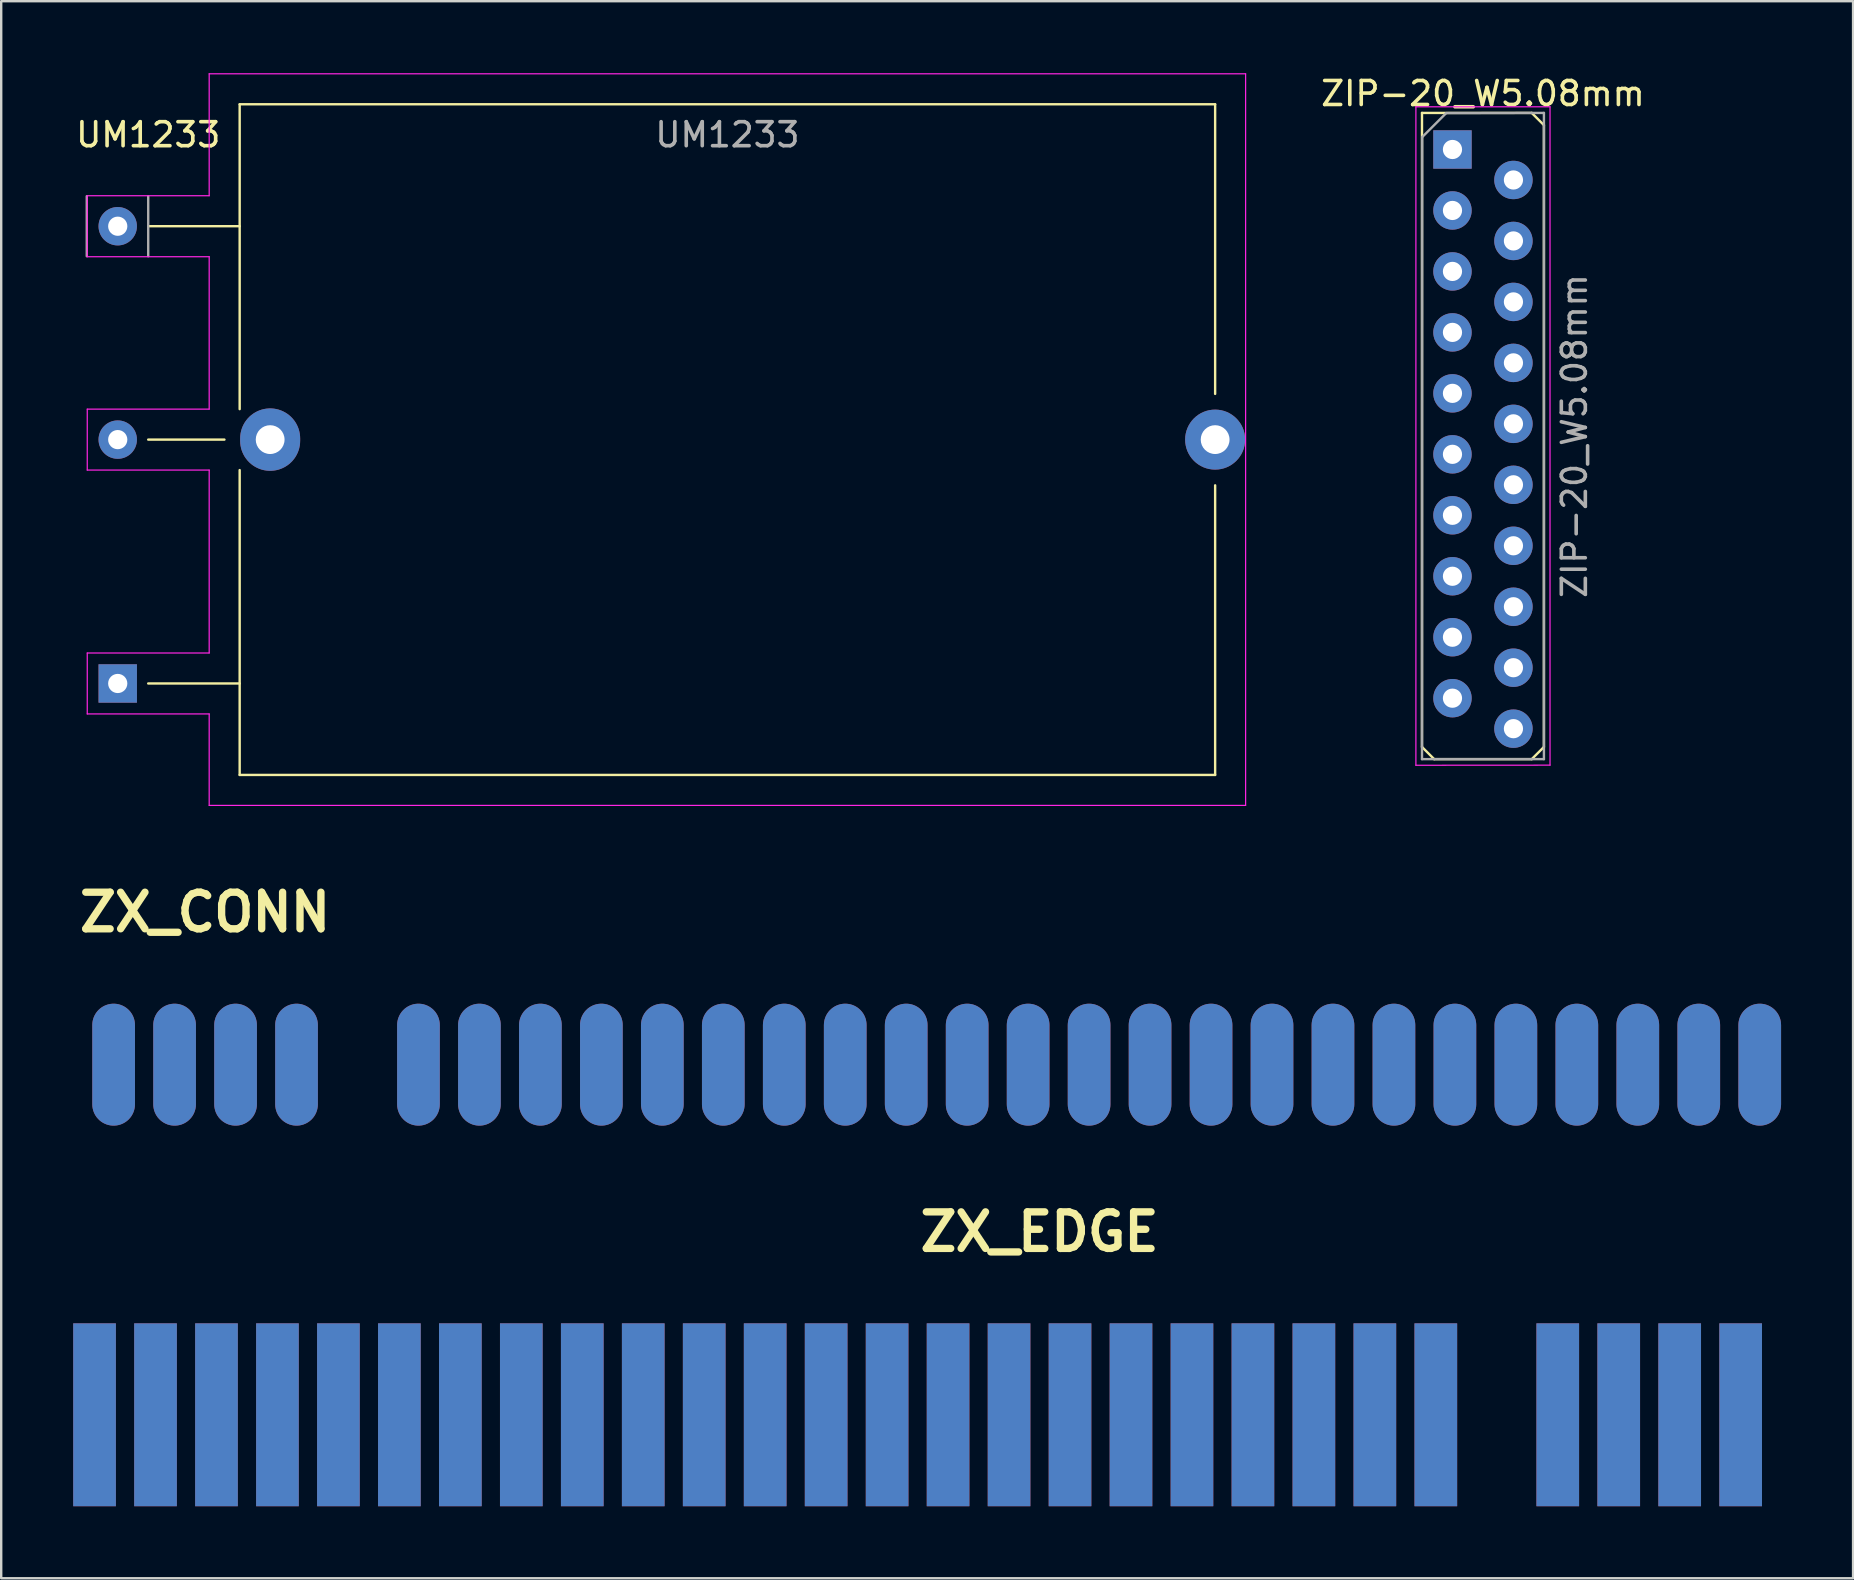
<source format=kicad_pcb>
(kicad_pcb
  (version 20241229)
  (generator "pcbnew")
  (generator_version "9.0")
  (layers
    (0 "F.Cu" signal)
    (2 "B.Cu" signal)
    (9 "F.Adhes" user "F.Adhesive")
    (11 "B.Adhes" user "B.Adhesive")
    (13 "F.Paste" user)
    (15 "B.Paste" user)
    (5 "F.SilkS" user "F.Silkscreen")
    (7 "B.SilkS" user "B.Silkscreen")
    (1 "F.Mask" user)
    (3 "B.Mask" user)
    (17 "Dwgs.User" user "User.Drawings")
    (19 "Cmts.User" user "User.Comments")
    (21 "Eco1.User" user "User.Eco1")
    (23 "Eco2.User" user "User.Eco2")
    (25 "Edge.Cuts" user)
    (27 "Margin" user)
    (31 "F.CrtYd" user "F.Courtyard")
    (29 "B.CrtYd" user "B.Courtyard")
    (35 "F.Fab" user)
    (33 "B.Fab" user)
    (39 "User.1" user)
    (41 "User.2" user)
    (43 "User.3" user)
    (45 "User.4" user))
  (footprint "ZX_CONN"
    (layer "F.Cu")
    (at 27.084 41.306)
    (property "Reference" "ZX_CONN" (at -21.59 -6.35 0) (layer "F.SilkS") (effects (font (size 1.524 1.524) (thickness 0.305))))
    (attr through_hole)
    (pad "A1" connect oval (at -25.4 0) (size 1.778 5.08) (layers "B.Cu" "B.Mask"))
    (pad "A2" connect oval (at -22.86 0) (size 1.778 5.08) (layers "B.Cu" "B.Mask"))
    (pad "A3" connect oval (at -20.32 0) (size 1.778 5.08) (layers "B.Cu" "B.Mask"))
    (pad "A4" connect oval (at -17.78 0) (size 1.778 5.08) (layers "B.Cu" "B.Mask"))
    (pad "A6" connect oval (at -12.7 0) (size 1.778 5.08) (layers "B.Cu" "B.Mask"))
    (pad "A7" connect oval (at -10.16 0) (size 1.778 5.08) (layers "B.Cu" "B.Mask"))
    (pad "A8" connect oval (at -7.62 0) (size 1.778 5.08) (layers "B.Cu" "B.Mask"))
    (pad "A9" connect oval (at -5.08 0) (size 1.778 5.08) (layers "B.Cu" "B.Mask"))
    (pad "A10" connect oval (at -2.54 0) (size 1.778 5.08) (layers "B.Cu" "B.Mask"))
    (pad "A11" connect oval (at 0 0) (size 1.778 5.08) (layers "B.Cu" "B.Mask"))
    (pad "A12" connect oval (at 2.54 0) (size 1.778 5.08) (layers "B.Cu" "B.Mask"))
    (pad "A13" connect oval (at 5.08 0) (size 1.778 5.08) (layers "B.Cu" "B.Mask"))
    (pad "A14" connect oval (at 7.62 0) (size 1.778 5.08) (layers "B.Cu" "B.Mask"))
    (pad "A15" connect oval (at 10.16 0) (size 1.778 5.08) (layers "B.Cu" "B.Mask"))
    (pad "A16" connect oval (at 12.7 0) (size 1.778 5.08) (layers "B.Cu" "B.Mask"))
    (pad "A17" connect oval (at 15.24 0) (size 1.778 5.08) (layers "B.Cu" "B.Mask"))
    (pad "A18" connect oval (at 17.78 0) (size 1.778 5.08) (layers "B.Cu" "B.Mask"))
    (pad "A19" connect oval (at 20.32 0) (size 1.778 5.08) (layers "B.Cu" "B.Mask"))
    (pad "A20" connect oval (at 22.86 0) (size 1.778 5.08) (layers "B.Cu" "B.Mask"))
    (pad "A21" connect oval (at 25.4 0) (size 1.778 5.08) (layers "B.Cu" "B.Mask"))
    (pad "A22" connect oval (at 27.94 0) (size 1.778 5.08) (layers "B.Cu" "B.Mask"))
    (pad "A23" connect oval (at 30.48 0) (size 1.778 5.08) (layers "B.Cu" "B.Mask"))
    (pad "A24" connect oval (at 33.02 0) (size 1.778 5.08) (layers "B.Cu" "B.Mask"))
    (pad "A25" connect oval (at 35.56 0) (size 1.778 5.08) (layers "B.Cu" "B.Mask"))
    (pad "A26" connect oval (at 38.1 0) (size 1.778 5.08) (layers "B.Cu" "B.Mask"))
    (pad "A27" connect oval (at 40.64 0) (size 1.778 5.08) (layers "B.Cu" "B.Mask"))
    (pad "A28" connect oval (at 43.18 0) (size 1.778 5.08) (layers "B.Cu" "B.Mask"))
    (pad "B1" connect oval (at -25.4 0) (size 1.778 5.08) (layers "F.Cu" "F.Mask"))
    (pad "B2" connect oval (at -22.86 0) (size 1.778 5.08) (layers "F.Cu" "F.Mask"))
    (pad "B3" connect oval (at -20.32 0) (size 1.778 5.08) (layers "F.Cu" "F.Mask"))
    (pad "B4" connect oval (at -17.78 0) (size 1.778 5.08) (layers "F.Cu" "F.Mask"))
    (pad "B6" connect oval (at -12.7 0) (size 1.778 5.08) (layers "F.Cu" "F.Mask"))
    (pad "B7" connect oval (at -10.16 0) (size 1.778 5.08) (layers "F.Cu" "F.Mask"))
    (pad "B8" connect oval (at -7.62 0) (size 1.778 5.08) (layers "F.Cu" "F.Mask"))
    (pad "B9" connect oval (at -5.08 0) (size 1.778 5.08) (layers "F.Cu" "F.Mask"))
    (pad "B10" connect oval (at -2.54 0) (size 1.778 5.08) (layers "F.Cu" "F.Mask"))
    (pad "B11" connect oval (at 0 0) (size 1.778 5.08) (layers "F.Cu" "F.Mask"))
    (pad "B12" connect oval (at 2.54 0) (size 1.778 5.08) (layers "F.Cu" "F.Mask"))
    (pad "B13" connect oval (at 5.08 0) (size 1.778 5.08) (layers "F.Cu" "F.Mask"))
    (pad "B14" connect oval (at 7.62 0) (size 1.778 5.08) (layers "F.Cu" "F.Mask"))
    (pad "B15" connect oval (at 10.16 0) (size 1.778 5.08) (layers "F.Cu" "F.Mask"))
    (pad "B16" connect oval (at 12.7 0) (size 1.778 5.08) (layers "F.Cu" "F.Mask"))
    (pad "B17" connect oval (at 15.24 0) (size 1.778 5.08) (layers "F.Cu" "F.Mask"))
    (pad "B18" connect oval (at 17.78 0) (size 1.778 5.08) (layers "F.Cu" "F.Mask"))
    (pad "B19" connect oval (at 20.32 0) (size 1.778 5.08) (layers "F.Cu" "F.Mask"))
    (pad "B20" connect oval (at 22.86 0) (size 1.778 5.08) (layers "F.Cu" "F.Mask"))
    (pad "B21" connect oval (at 25.4 0) (size 1.778 5.08) (layers "F.Cu" "F.Mask"))
    (pad "B22" connect oval (at 27.94 0) (size 1.778 5.08) (layers "F.Cu" "F.Mask"))
    (pad "B23" connect oval (at 30.48 0) (size 1.778 5.08) (layers "F.Cu" "F.Mask"))
    (pad "B24" connect oval (at 33.02 0) (size 1.778 5.08) (layers "F.Cu" "F.Mask"))
    (pad "B25" connect oval (at 35.56 0) (size 1.778 5.08) (layers "F.Cu" "F.Mask"))
    (pad "B26" connect oval (at 38.1 0) (size 1.778 5.08) (layers "F.Cu" "F.Mask"))
    (pad "B27" connect oval (at 40.64 0) (size 1.778 5.08) (layers "F.Cu" "F.Mask"))
    (pad "B28" connect oval (at 43.18 0) (size 1.778 5.08) (layers "F.Cu" "F.Mask")))
  (footprint "UM1233"
    (layer "F.Cu")
    (at 1.855 6.375)
    (property "Reference" "UM1233" (at 1.27 -3.81 0) (layer "F.SilkS") (effects (font (size 1 1) (thickness 0.15))))
    (attr through_hole)
    (fp_line (start 1.27 0) (end 5.08 0) (stroke (width 0.1) (type default)) (layer "F.SilkS"))
    (fp_line (start 1.27 8.89) (end 4.445 8.89) (stroke (width 0.1) (type default)) (layer "F.SilkS"))
    (fp_line (start 1.27 19.05) (end 5.08 19.05) (stroke (width 0.1) (type default)) (layer "F.SilkS"))
    (fp_line (start 5.08 -5.08) (end 5.08 7.62) (stroke (width 0.1) (type default)) (layer "F.SilkS"))
    (fp_line (start 5.08 22.86) (end 5.08 10.16) (stroke (width 0.1) (type default)) (layer "F.SilkS"))
    (fp_line (start 45.72 -5.08) (end 5.08 -5.08) (stroke (width 0.1) (type default)) (layer "F.SilkS"))
    (fp_line (start 45.72 -5.08) (end 45.72 6.985) (stroke (width 0.1) (type default)) (layer "F.SilkS"))
    (fp_line (start 45.72 22.86) (end 5.08 22.86) (stroke (width 0.1) (type default)) (layer "F.SilkS"))
    (fp_line (start 45.72 22.86) (end 45.72 10.795) (stroke (width 0.1) (type default)) (layer "F.SilkS"))
    (fp_line (start -1.27 -1.27) (end -1.27 1.27) (stroke (width 0.05) (type default)) (layer "F.CrtYd"))
    (fp_line (start -1.27 1.27) (end 3.81 1.27) (stroke (width 0.05) (type default)) (layer "F.CrtYd"))
    (fp_line (start -1.27 7.62) (end -1.27 10.16) (stroke (width 0.05) (type default)) (layer "F.CrtYd"))
    (fp_line (start -1.27 10.16) (end 3.81 10.16) (stroke (width 0.05) (type default)) (layer "F.CrtYd"))
    (fp_line (start -1.27 17.78) (end -1.27 20.32) (stroke (width 0.05) (type default)) (layer "F.CrtYd"))
    (fp_line (start -1.27 20.32) (end 3.81 20.32) (stroke (width 0.05) (type default)) (layer "F.CrtYd"))
    (fp_line (start 3.81 -6.35) (end 3.81 -1.27) (stroke (width 0.05) (type solid)) (layer "F.CrtYd"))
    (fp_line (start 3.81 -1.27) (end -1.27 -1.27) (stroke (width 0.05) (type default)) (layer "F.CrtYd"))
    (fp_line (start 3.81 1.27) (end 3.81 7.62) (stroke (width 0.05) (type default)) (layer "F.CrtYd"))
    (fp_line (start 3.81 7.62) (end -1.27 7.62) (stroke (width 0.05) (type default)) (layer "F.CrtYd"))
    (fp_line (start 3.81 10.16) (end 3.81 17.78) (stroke (width 0.05) (type default)) (layer "F.CrtYd"))
    (fp_line (start 3.81 17.78) (end -1.27 17.78) (stroke (width 0.05) (type default)) (layer "F.CrtYd"))
    (fp_line (start 3.81 20.32) (end 3.81 24.13) (stroke (width 0.05) (type default)) (layer "F.CrtYd"))
    (fp_line (start 3.81 24.13) (end 46.99 24.13) (stroke (width 0.05) (type solid)) (layer "F.CrtYd"))
    (fp_line (start 46.99 -6.35) (end 3.81 -6.35) (stroke (width 0.05) (type solid)) (layer "F.CrtYd"))
    (fp_line (start 46.99 24.13) (end 46.99 -6.35) (stroke (width 0.05) (type solid)) (layer "F.CrtYd"))
    (fp_line (start -1.29 -1.25) (end -1.29 1.25) (stroke (width 0.1) (type solid)) (layer "F.Fab"))
    (fp_line (start 1.27 -1.25) (end 1.27 1.25) (stroke (width 0.1) (type solid)) (layer "F.Fab"))
    (fp_text user "${REFERENCE}" (at 25.4 -3.81 0) (layer "F.Fab") (effects (font (size 1 1) (thickness 0.15))))
    (pad "1" thru_hole rect (at 0 19.05) (size 1.6 1.6) (drill 0.8) (layers "*.Cu" "*.Mask"))
    (pad "2" thru_hole oval (at 0 0) (size 1.6 1.6) (drill 0.8) (layers "*.Cu" "*.Mask"))
    (pad "3" thru_hole oval (at 6.35 8.89) (size 2.5 2.6) (drill 1.2) (layers "*.Cu" "*.Mask"))
    (pad "3" thru_hole oval (at 45.72 8.89) (size 2.5 2.5) (drill 1.2) (layers "*.Cu" "*.Mask"))
    (pad "4" thru_hole oval (at 0 8.89) (size 1.6 1.6) (drill 0.8) (layers "*.Cu" "*.Mask")))
  (footprint "ZX_EDGE"
    (layer "F.Cu")
    (at 40.259 53.353)
    (property "Reference" "ZX_EDGE" (at 0 -5.08 0) (layer "F.SilkS") (effects (font (size 1.524 1.524) (thickness 0.305))))
    (attr through_hole)
    (pad "A1" connect rect (at 29.21 2.54) (size 1.778 7.62) (layers "B.Cu" "B.Mask"))
    (pad "A2" connect rect (at 26.67 2.54) (size 1.778 7.62) (layers "B.Cu" "B.Mask"))
    (pad "A3" connect rect (at 24.13 2.54) (size 1.778 7.62) (layers "B.Cu" "B.Mask"))
    (pad "A4" connect rect (at 21.59 2.54) (size 1.778 7.62) (layers "B.Cu" "B.Mask"))
    (pad "A6" connect rect (at 16.51 2.54) (size 1.778 7.62) (layers "B.Cu" "B.Mask"))
    (pad "A7" connect rect (at 13.97 2.54) (size 1.778 7.62) (layers "B.Cu" "B.Mask"))
    (pad "A8" connect rect (at 11.43 2.54) (size 1.778 7.62) (layers "B.Cu" "B.Mask"))
    (pad "A9" connect rect (at 8.89 2.54) (size 1.778 7.62) (layers "B.Cu" "B.Mask"))
    (pad "A10" connect rect (at 6.35 2.54) (size 1.778 7.62) (layers "B.Cu" "B.Mask"))
    (pad "A11" connect rect (at 3.81 2.54) (size 1.778 7.62) (layers "B.Cu" "B.Mask"))
    (pad "A12" connect rect (at 1.27 2.54) (size 1.778 7.62) (layers "B.Cu" "B.Mask"))
    (pad "A13" connect rect (at -1.27 2.54) (size 1.778 7.62) (layers "B.Cu" "B.Mask"))
    (pad "A14" connect rect (at -3.81 2.54) (size 1.778 7.62) (layers "B.Cu" "B.Mask"))
    (pad "A15" connect rect (at -6.35 2.54) (size 1.778 7.62) (layers "B.Cu" "B.Mask"))
    (pad "A16" connect rect (at -8.89 2.54) (size 1.778 7.62) (layers "B.Cu" "B.Mask"))
    (pad "A17" connect rect (at -11.43 2.54) (size 1.778 7.62) (layers "B.Cu" "B.Mask"))
    (pad "A18" connect rect (at -13.97 2.54) (size 1.778 7.62) (layers "B.Cu" "B.Mask"))
    (pad "A19" connect rect (at -16.51 2.54) (size 1.778 7.62) (layers "B.Cu" "B.Mask"))
    (pad "A20" connect rect (at -19.05 2.54) (size 1.778 7.62) (layers "B.Cu" "B.Mask"))
    (pad "A21" connect rect (at -21.59 2.54) (size 1.778 7.62) (layers "B.Cu" "B.Mask"))
    (pad "A22" connect rect (at -24.13 2.54) (size 1.778 7.62) (layers "B.Cu" "B.Mask"))
    (pad "A23" connect rect (at -26.67 2.54) (size 1.778 7.62) (layers "B.Cu" "B.Mask"))
    (pad "A24" connect rect (at -29.21 2.54) (size 1.778 7.62) (layers "B.Cu" "B.Mask"))
    (pad "A25" connect rect (at -31.75 2.54) (size 1.778 7.62) (layers "B.Cu" "B.Mask"))
    (pad "A26" connect rect (at -34.29 2.54) (size 1.778 7.62) (layers "B.Cu" "B.Mask"))
    (pad "A27" connect rect (at -36.83 2.54) (size 1.778 7.62) (layers "B.Cu" "B.Mask"))
    (pad "A28" connect rect (at -39.37 2.54) (size 1.778 7.62) (layers "B.Cu" "B.Mask"))
    (pad "B1" connect rect (at 29.21 2.54) (size 1.778 7.62) (layers "F.Cu" "F.Mask"))
    (pad "B2" connect rect (at 26.67 2.54) (size 1.778 7.62) (layers "F.Cu" "F.Mask"))
    (pad "B3" connect rect (at 24.13 2.54) (size 1.778 7.62) (layers "F.Cu" "F.Mask"))
    (pad "B4" connect rect (at 21.59 2.54) (size 1.778 7.62) (layers "F.Cu" "F.Mask"))
    (pad "B6" connect rect (at 16.51 2.54) (size 1.778 7.62) (layers "F.Cu" "F.Mask"))
    (pad "B7" connect rect (at 13.97 2.54) (size 1.778 7.62) (layers "F.Cu" "F.Mask"))
    (pad "B8" connect rect (at 11.43 2.54) (size 1.778 7.62) (layers "F.Cu" "F.Mask"))
    (pad "B9" connect rect (at 8.89 2.54) (size 1.778 7.62) (layers "F.Cu" "F.Mask"))
    (pad "B10" connect rect (at 6.35 2.54) (size 1.778 7.62) (layers "F.Cu" "F.Mask"))
    (pad "B11" connect rect (at 3.81 2.54) (size 1.778 7.62) (layers "F.Cu" "F.Mask"))
    (pad "B12" connect rect (at 1.27 2.54) (size 1.778 7.62) (layers "F.Cu" "F.Mask"))
    (pad "B13" connect rect (at -1.27 2.54) (size 1.778 7.62) (layers "F.Cu" "F.Mask"))
    (pad "B14" connect rect (at -3.81 2.54) (size 1.778 7.62) (layers "F.Cu" "F.Mask"))
    (pad "B15" connect rect (at -6.35 2.54) (size 1.778 7.62) (layers "F.Cu" "F.Mask"))
    (pad "B16" connect rect (at -8.89 2.54) (size 1.778 7.62) (layers "F.Cu" "F.Mask"))
    (pad "B17" connect rect (at -11.43 2.54) (size 1.778 7.62) (layers "F.Cu" "F.Mask"))
    (pad "B18" connect rect (at -13.97 2.54) (size 1.778 7.62) (layers "F.Cu" "F.Mask"))
    (pad "B19" connect rect (at -16.51 2.54) (size 1.778 7.62) (layers "F.Cu" "F.Mask"))
    (pad "B20" connect rect (at -19.05 2.54) (size 1.778 7.62) (layers "F.Cu" "F.Mask"))
    (pad "B21" connect rect (at -21.59 2.54) (size 1.778 7.62) (layers "F.Cu" "F.Mask"))
    (pad "B22" connect rect (at -24.13 2.54) (size 1.778 7.62) (layers "F.Cu" "F.Mask"))
    (pad "B23" connect rect (at -26.67 2.54) (size 1.778 7.62) (layers "F.Cu" "F.Mask"))
    (pad "B24" connect rect (at -29.21 2.54) (size 1.778 7.62) (layers "F.Cu" "F.Mask"))
    (pad "B25" connect rect (at -31.75 2.54) (size 1.778 7.62) (layers "F.Cu" "F.Mask"))
    (pad "B26" connect rect (at -34.29 2.54) (size 1.778 7.62) (layers "F.Cu" "F.Mask"))
    (pad "B27" connect rect (at -36.83 2.54) (size 1.778 7.62) (layers "F.Cu" "F.Mask"))
    (pad "B28" connect rect (at -39.37 2.54) (size 1.778 7.62) (layers "F.Cu" "F.Mask")))
  (footprint "ZIP-20_W5.08mm"
    (layer "F.Cu")
    (at 57.463 3.178)
    (property "Reference" "ZIP-20_W5.08mm" (at 1.27 -2.33 0) (layer "F.SilkS") (effects (font (size 1 1) (thickness 0.15))))
    (attr through_hole)
    (fp_line (start -1.27 -1.524) (end -1.27 24.892) (stroke (width 0.1) (type default)) (layer "F.SilkS"))
    (fp_line (start -1.27 24.892) (end -0.762 25.4) (stroke (width 0.1) (type default)) (layer "F.SilkS"))
    (fp_line (start -0.762 25.4) (end 3.302 25.4) (stroke (width 0.1) (type default)) (layer "F.SilkS"))
    (fp_line (start 3.302 -1.524) (end -1.27 -1.524) (stroke (width 0.1) (type default)) (layer "F.SilkS"))
    (fp_line (start 3.302 25.4) (end 3.81 24.892) (stroke (width 0.1) (type default)) (layer "F.SilkS"))
    (fp_line (start 3.81 -1.016) (end 3.302 -1.524) (stroke (width 0.1) (type default)) (layer "F.SilkS"))
    (fp_line (start 3.81 24.892) (end 3.81 -1.016) (stroke (width 0.1) (type default)) (layer "F.SilkS"))
    (fp_line (start -1.524 -1.778) (end -1.524 25.654) (stroke (width 0.05) (type solid)) (layer "F.CrtYd"))
    (fp_line (start -1.524 25.654) (end 4.064 25.65) (stroke (width 0.05) (type solid)) (layer "F.CrtYd"))
    (fp_line (start 4.064 -1.778) (end -1.524 -1.778) (stroke (width 0.05) (type solid)) (layer "F.CrtYd"))
    (fp_line (start 4.064 25.65) (end 4.064 -1.778) (stroke (width 0.05) (type solid)) (layer "F.CrtYd"))
    (fp_line (start -1.27 25.4) (end -1.262 -0.516) (stroke (width 0.1) (type solid)) (layer "F.Fab"))
    (fp_line (start -1.262 -0.516) (end -0.262 -1.516) (stroke (width 0.1) (type solid)) (layer "F.Fab"))
    (fp_line (start -0.262 -1.516) (end 3.81 -1.524) (stroke (width 0.1) (type solid)) (layer "F.Fab"))
    (fp_line (start 3.81 -1.524) (end 3.81 25.4) (stroke (width 0.1) (type solid)) (layer "F.Fab"))
    (fp_line (start 3.81 25.4) (end -1.27 25.4) (stroke (width 0.1) (type solid)) (layer "F.Fab"))
    (fp_text user "${REFERENCE}" (at 5.08 11.938 90) (layer "F.Fab") (effects (font (size 1 1) (thickness 0.15))))
    (pad "1" thru_hole rect (at 0 0) (size 1.6 1.6) (drill 0.8) (layers "*.Cu" "*.Mask"))
    (pad "2" thru_hole circle (at 2.54 1.27) (size 1.6 1.6) (drill 0.8) (layers "*.Cu" "*.Mask"))
    (pad "3" thru_hole circle (at 0 2.54) (size 1.6 1.6) (drill 0.8) (layers "*.Cu" "*.Mask"))
    (pad "4" thru_hole circle (at 2.54 3.81) (size 1.6 1.6) (drill 0.8) (layers "*.Cu" "*.Mask"))
    (pad "5" thru_hole circle (at 0 5.08) (size 1.6 1.6) (drill 0.8) (layers "*.Cu" "*.Mask"))
    (pad "6" thru_hole circle (at 2.54 6.35) (size 1.6 1.6) (drill 0.8) (layers "*.Cu" "*.Mask"))
    (pad "7" thru_hole circle (at 0 7.62) (size 1.6 1.6) (drill 0.8) (layers "*.Cu" "*.Mask"))
    (pad "8" thru_hole circle (at 2.54 8.89) (size 1.6 1.6) (drill 0.8) (layers "*.Cu" "*.Mask"))
    (pad "9" thru_hole circle (at 0 10.16) (size 1.6 1.6) (drill 0.8) (layers "*.Cu" "*.Mask"))
    (pad "10" thru_hole circle (at 2.54 11.43) (size 1.6 1.6) (drill 0.8) (layers "*.Cu" "*.Mask"))
    (pad "11" thru_hole circle (at 0 12.7) (size 1.6 1.6) (drill 0.8) (layers "*.Cu" "*.Mask"))
    (pad "12" thru_hole circle (at 2.54 13.97) (size 1.6 1.6) (drill 0.8) (layers "*.Cu" "*.Mask"))
    (pad "13" thru_hole circle (at 0 15.24) (size 1.6 1.6) (drill 0.8) (layers "*.Cu" "*.Mask"))
    (pad "14" thru_hole circle (at 2.54 16.51) (size 1.6 1.6) (drill 0.8) (layers "*.Cu" "*.Mask"))
    (pad "15" thru_hole circle (at 0 17.78) (size 1.6 1.6) (drill 0.8) (layers "*.Cu" "*.Mask"))
    (pad "16" thru_hole circle (at 2.54 19.05) (size 1.6 1.6) (drill 0.8) (layers "*.Cu" "*.Mask"))
    (pad "17" thru_hole circle (at 0 20.32) (size 1.6 1.6) (drill 0.8) (layers "*.Cu" "*.Mask"))
    (pad "18" thru_hole circle (at 2.54 21.59) (size 1.6 1.6) (drill 0.8) (layers "*.Cu" "*.Mask"))
    (pad "19" thru_hole circle (at 0 22.86) (size 1.6 1.6) (drill 0.8) (layers "*.Cu" "*.Mask"))
    (pad "20" thru_hole circle (at 2.54 24.13) (size 1.6 1.6) (drill 0.8) (layers "*.Cu" "*.Mask")))
  (gr_rect
    (start -3 -3)
    (end 74.153 62.703)
    (stroke (width 0.1) (type default))
    (fill no)
    (layer "Edge.Cuts")))
</source>
